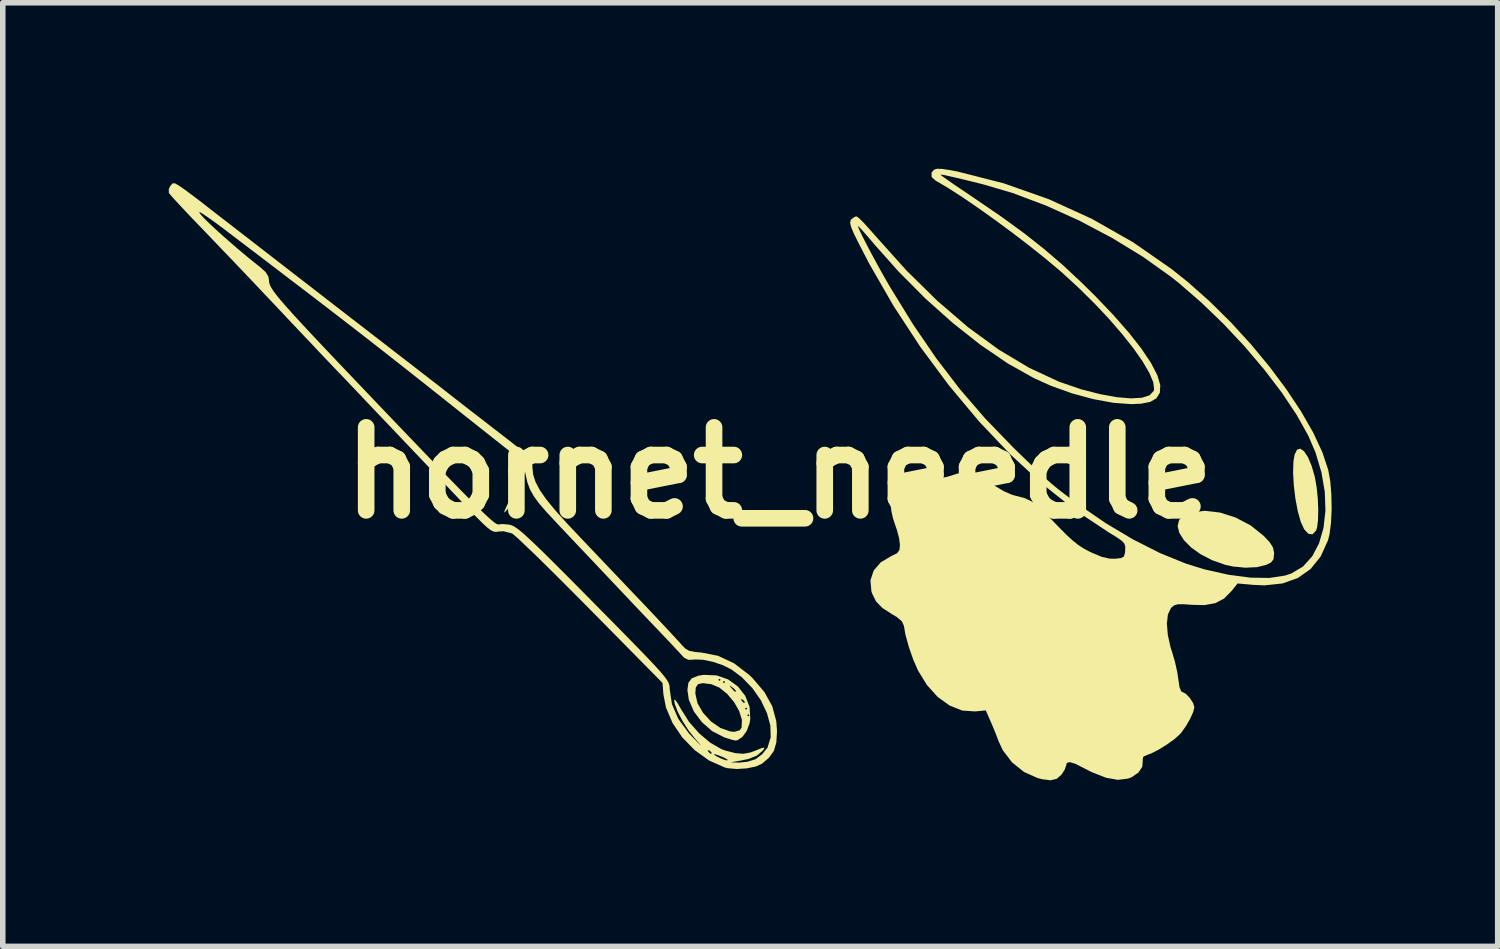
<source format=kicad_pcb>
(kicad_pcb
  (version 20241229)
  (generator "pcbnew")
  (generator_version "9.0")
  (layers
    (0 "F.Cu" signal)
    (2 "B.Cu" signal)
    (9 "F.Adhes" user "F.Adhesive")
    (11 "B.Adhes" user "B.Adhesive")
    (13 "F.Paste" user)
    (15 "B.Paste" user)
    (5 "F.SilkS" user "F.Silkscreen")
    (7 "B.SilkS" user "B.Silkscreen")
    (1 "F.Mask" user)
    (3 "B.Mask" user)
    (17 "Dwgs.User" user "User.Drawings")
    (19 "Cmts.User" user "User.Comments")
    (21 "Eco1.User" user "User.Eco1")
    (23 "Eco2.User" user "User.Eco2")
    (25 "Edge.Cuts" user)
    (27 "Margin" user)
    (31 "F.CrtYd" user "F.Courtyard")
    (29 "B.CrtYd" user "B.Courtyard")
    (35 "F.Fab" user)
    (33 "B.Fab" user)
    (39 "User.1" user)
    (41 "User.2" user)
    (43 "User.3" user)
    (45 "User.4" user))
  (footprint "hornet_needle"
    (layer "F.Cu")
    (at 11.03 5.493)
    (property "Reference" "hornet_needle" (at 0 0 0) (layer "F.SilkS") (effects (font (size 1.5 1.5) (thickness 0.3))))
    (attr board_only exclude_from_pos_files exclude_from_bom)
    (fp_poly (pts (xy -4.62 -0.02) (xy -4.64 0) (xy -4.66 -0.02) (xy -4.64 -0.04)) (stroke (width 0) (type solid)) (fill yes) (layer "F.SilkS"))
    (fp_poly (pts (xy -4.664 0.151) (xy -4.693 0.247) (xy -4.742 0.369) (xy -4.803 0.494) (xy -4.866 0.601) (xy -4.897 0.642) (xy -4.947 0.7) (xy -4.97 0.717) (xy -4.963 0.685) (xy -4.924 0.597) (xy -4.851 0.445) (xy -4.846 0.435) (xy -4.774 0.289) (xy -4.714 0.176) (xy -4.676 0.112) (xy -4.666 0.103)) (stroke (width 0) (type solid)) (fill yes) (layer "F.SilkS"))
    (fp_poly (pts (xy 9.481 -0.39) (xy 9.551 -0.285) (xy 9.617 -0.129) (xy 9.676 0.073) (xy 9.679 0.086) (xy 9.71 0.268) (xy 9.73 0.47) (xy 9.738 0.672) (xy 9.734 0.851) (xy 9.717 0.988) (xy 9.699 1.043) (xy 9.634 1.111) (xy 9.559 1.101) (xy 9.484 1.021) (xy 9.422 0.886) (xy 9.368 0.693) (xy 9.325 0.465) (xy 9.296 0.223) (xy 9.283 -0.008) (xy 9.29 -0.209) (xy 9.311 -0.33) (xy 9.355 -0.419) (xy 9.414 -0.436)) (stroke (width 0) (type solid)) (fill yes) (layer "F.SilkS"))
    (fp_poly (pts (xy 7.965 0.718) (xy 8.248 0.809) (xy 8.517 0.951) (xy 8.754 1.14) (xy 8.756 1.142) (xy 8.863 1.257) (xy 8.919 1.347) (xy 8.939 1.436) (xy 8.94 1.464) (xy 8.929 1.563) (xy 8.883 1.621) (xy 8.801 1.662) (xy 8.632 1.704) (xy 8.42 1.714) (xy 8.195 1.692) (xy 8.06 1.663) (xy 7.819 1.578) (xy 7.611 1.47) (xy 7.439 1.347) (xy 7.31 1.215) (xy 7.227 1.084) (xy 7.197 0.96) (xy 7.225 0.85) (xy 7.314 0.764) (xy 7.428 0.718) (xy 7.686 0.686)) (stroke (width 0) (type solid)) (fill yes) (layer "F.SilkS"))
    (fp_poly (pts (xy -1.133 3.66) (xy -0.924 3.733) (xy -0.748 3.86) (xy -0.615 4.029) (xy -0.537 4.228) (xy -0.524 4.446) (xy -0.537 4.525) (xy -0.588 4.663) (xy -0.667 4.772) (xy -0.755 4.831) (xy -0.794 4.837) (xy -0.858 4.822) (xy -0.963 4.79) (xy -1.001 4.776) (xy -1.213 4.667) (xy -1.397 4.506) (xy -1.543 4.312) (xy -1.634 4.101) (xy -1.651 3.985) (xy -1.517 3.985) (xy -1.478 4.162) (xy -1.377 4.337) (xy -1.234 4.492) (xy -1.064 4.61) (xy -0.885 4.673) (xy -0.813 4.68) (xy -0.714 4.652) (xy -0.681 4.602) (xy -0.675 4.464) (xy -0.701 4.38) (xy -0.58 4.38) (xy -0.56 4.4) (xy -0.54 4.38) (xy -0.56 4.36) (xy -0.58 4.38) (xy -0.701 4.38) (xy -0.725 4.304) (xy -0.75 4.26) (xy -0.62 4.26) (xy -0.6 4.28) (xy -0.58 4.26) (xy -0.6 4.24) (xy -0.62 4.26) (xy -0.75 4.26) (xy -0.818 4.141) (xy -0.86 4.091) (xy -0.694 4.091) (xy -0.684 4.114) (xy -0.644 4.157) (xy -0.62 4.148) (xy -0.62 4.142) (xy -0.648 4.109) (xy -0.666 4.096) (xy -0.694 4.091) (xy -0.86 4.091) (xy -0.942 3.994) (xy -1.083 3.88) (xy -1.179 3.84) (xy -0.897 3.84) (xy -0.887 3.861) (xy -0.865 3.89) (xy -0.807 3.952) (xy -0.781 3.952) (xy -0.78 3.945) (xy -0.807 3.912) (xy -0.85 3.875) (xy -0.897 3.84) (xy -1.179 3.84) (xy -1.229 3.819) (xy -1.232 3.819) (xy -1.381 3.8) (xy -1.468 3.818) (xy -1.509 3.88) (xy -1.517 3.985) (xy -1.651 3.985) (xy -1.66 3.926) (xy -1.643 3.795) (xy -1.632 3.78) (xy -1.02 3.78) (xy -1 3.8) (xy -0.98 3.78) (xy -1 3.76) (xy -1.02 3.78) (xy -1.632 3.78) (xy -1.602 3.74) (xy -1.1 3.74) (xy -1.08 3.76) (xy -1.06 3.74) (xy -1.08 3.72) (xy -1.1 3.74) (xy -1.602 3.74) (xy -1.582 3.713) (xy -1.465 3.666) (xy -1.365 3.65)) (stroke (width 0) (type solid)) (fill yes) (layer "F.SilkS"))
    (fp_poly (pts (xy 2.936 -5.492) (xy 3.083 -5.47) (xy 3.224 -5.443) (xy 4.058 -5.23) (xy 4.869 -4.944) (xy 5.65 -4.588) (xy 6.393 -4.165) (xy 7.091 -3.68) (xy 7.387 -3.443) (xy 7.78 -3.094) (xy 8.161 -2.717) (xy 8.524 -2.32) (xy 8.861 -1.913) (xy 9.165 -1.505) (xy 9.43 -1.106) (xy 9.649 -0.723) (xy 9.814 -0.367) (xy 9.918 -0.054) (xy 9.955 0.15) (xy 9.975 0.394) (xy 9.98 0.651) (xy 9.969 0.898) (xy 9.942 1.108) (xy 9.913 1.223) (xy 9.781 1.512) (xy 9.599 1.738) (xy 9.37 1.9) (xy 9.092 1.999) (xy 8.767 2.033) (xy 8.561 2.024) (xy 8.28 1.999) (xy 8.173 2.133) (xy 8.036 2.272) (xy 7.878 2.355) (xy 7.683 2.39) (xy 7.46 2.385) (xy 7.301 2.374) (xy 7.201 2.375) (xy 7.138 2.392) (xy 7.091 2.429) (xy 7.077 2.444) (xy 7.022 2.557) (xy 7.003 2.724) (xy 7.02 2.929) (xy 7.07 3.155) (xy 7.098 3.24) (xy 7.15 3.418) (xy 7.192 3.608) (xy 7.21 3.73) (xy 7.232 3.878) (xy 7.265 3.952) (xy 7.283 3.96) (xy 7.345 3.992) (xy 7.418 4.068) (xy 7.477 4.16) (xy 7.5 4.236) (xy 7.478 4.323) (xy 7.422 4.447) (xy 7.345 4.58) (xy 7.263 4.695) (xy 7.246 4.715) (xy 7.144 4.808) (xy 7.003 4.909) (xy 6.852 5.003) (xy 6.716 5.072) (xy 6.654 5.094) (xy 6.577 5.128) (xy 6.565 5.186) (xy 6.568 5.2) (xy 6.559 5.311) (xy 6.487 5.417) (xy 6.366 5.5) (xy 6.303 5.524) (xy 6.119 5.547) (xy 5.906 5.51) (xy 5.657 5.413) (xy 5.507 5.337) (xy 5.351 5.258) (xy 5.249 5.227) (xy 5.195 5.241) (xy 5.18 5.297) (xy 5.157 5.363) (xy 5.101 5.45) (xy 5.097 5.455) (xy 5.012 5.529) (xy 4.901 5.555) (xy 4.746 5.535) (xy 4.666 5.514) (xy 4.42 5.404) (xy 4.205 5.231) (xy 4.038 5.012) (xy 3.963 4.851) (xy 3.915 4.723) (xy 3.852 4.57) (xy 3.82 4.496) (xy 3.731 4.293) (xy 3.536 4.311) (xy 3.305 4.295) (xy 3.078 4.205) (xy 2.861 4.049) (xy 2.667 3.833) (xy 2.506 3.571) (xy 2.42 3.374) (xy 2.341 3.147) (xy 2.28 2.926) (xy 2.251 2.763) (xy 2.216 2.684) (xy 2.123 2.605) (xy 2.041 2.557) (xy 1.864 2.443) (xy 1.748 2.323) (xy 1.677 2.179) (xy 1.664 2.137) (xy 1.647 1.942) (xy 1.705 1.766) (xy 1.833 1.617) (xy 2.028 1.502) (xy 2.031 1.501) (xy 2.128 1.452) (xy 2.171 1.394) (xy 2.18 1.301) (xy 2.165 1.182) (xy 2.126 1.035) (xy 2.1 0.96) (xy 2.054 0.82) (xy 2.025 0.69) (xy 2.02 0.637) (xy 2.056 0.452) (xy 2.159 0.301) (xy 2.319 0.192) (xy 2.53 0.131) (xy 2.683 0.12) (xy 2.854 0.107) (xy 3.03 0.073) (xy 3.102 0.052) (xy 3.217 0.014) (xy 3.305 0.004) (xy 3.4 0.019) (xy 3.514 0.053) (xy 3.681 0.119) (xy 3.855 0.209) (xy 3.927 0.255) (xy 4.065 0.336) (xy 4.207 0.397) (xy 4.279 0.417) (xy 4.426 0.454) (xy 4.552 0.512) (xy 4.677 0.604) (xy 4.823 0.744) (xy 4.86 0.783) (xy 5.046 0.976) (xy 5.19 1.121) (xy 5.306 1.227) (xy 5.406 1.306) (xy 5.501 1.368) (xy 5.605 1.423) (xy 5.643 1.441) (xy 5.825 1.518) (xy 5.972 1.551) (xy 6.07 1.552) (xy 6.177 1.54) (xy 6.228 1.51) (xy 6.246 1.443) (xy 6.25 1.4) (xy 6.251 1.331) (xy 6.235 1.279) (xy 6.188 1.228) (xy 6.097 1.164) (xy 5.95 1.075) (xy 5.95 1.074) (xy 5.351 0.677) (xy 4.758 0.205) (xy 4.175 -0.332) (xy 3.608 -0.93) (xy 3.064 -1.581) (xy 2.547 -2.278) (xy 2.064 -3.016) (xy 1.621 -3.786) (xy 1.423 -4.169) (xy 1.342 -4.335) (xy 1.296 -4.446) (xy 1.293 -4.46) (xy 1.42 -4.46) (xy 1.439 -4.407) (xy 1.49 -4.298) (xy 1.567 -4.146) (xy 1.663 -3.964) (xy 1.77 -3.766) (xy 1.881 -3.566) (xy 1.991 -3.375) (xy 2.007 -3.348) (xy 2.421 -2.676) (xy 2.837 -2.068) (xy 3.266 -1.508) (xy 3.721 -0.981) (xy 4.214 -0.471) (xy 4.286 -0.4) (xy 4.497 -0.196) (xy 4.663 -0.037) (xy 4.798 0.089) (xy 4.914 0.192) (xy 5.025 0.284) (xy 5.143 0.376) (xy 5.281 0.48) (xy 5.404 0.571) (xy 5.897 0.909) (xy 6.393 1.204) (xy 6.879 1.45) (xy 7.343 1.639) (xy 7.673 1.742) (xy 8.119 1.842) (xy 8.514 1.894) (xy 8.856 1.899) (xy 9.139 1.856) (xy 9.251 1.819) (xy 9.461 1.694) (xy 9.629 1.509) (xy 9.753 1.272) (xy 9.833 0.994) (xy 9.868 0.682) (xy 9.856 0.345) (xy 9.796 -0.008) (xy 9.688 -0.369) (xy 9.558 -0.671) (xy 9.348 -1.047) (xy 9.079 -1.45) (xy 8.761 -1.867) (xy 8.405 -2.287) (xy 8.021 -2.696) (xy 7.62 -3.082) (xy 7.213 -3.434) (xy 7.08 -3.54) (xy 6.571 -3.903) (xy 6.011 -4.245) (xy 5.419 -4.558) (xy 4.814 -4.831) (xy 4.215 -5.056) (xy 3.68 -5.213) (xy 3.406 -5.281) (xy 3.202 -5.33) (xy 3.058 -5.363) (xy 2.968 -5.382) (xy 2.922 -5.388) (xy 2.913 -5.386) (xy 2.941 -5.362) (xy 3.027 -5.301) (xy 3.16 -5.208) (xy 3.33 -5.093) (xy 3.527 -4.96) (xy 3.571 -4.93) (xy 4.023 -4.621) (xy 4.421 -4.331) (xy 4.781 -4.047) (xy 5.122 -3.755) (xy 5.461 -3.438) (xy 5.7 -3.203) (xy 6.033 -2.855) (xy 6.315 -2.534) (xy 6.543 -2.243) (xy 6.716 -1.985) (xy 6.83 -1.765) (xy 6.884 -1.584) (xy 6.876 -1.448) (xy 6.814 -1.347) (xy 6.704 -1.282) (xy 6.536 -1.249) (xy 6.36 -1.241) (xy 6.036 -1.265) (xy 5.672 -1.332) (xy 5.289 -1.436) (xy 4.909 -1.572) (xy 4.601 -1.711) (xy 4.126 -1.978) (xy 3.634 -2.313) (xy 3.135 -2.707) (xy 2.638 -3.151) (xy 2.155 -3.637) (xy 1.715 -4.131) (xy 1.599 -4.268) (xy 1.505 -4.375) (xy 1.442 -4.443) (xy 1.42 -4.46) (xy 1.293 -4.46) (xy 1.28 -4.517) (xy 1.289 -4.563) (xy 1.3 -4.58) (xy 1.364 -4.627) (xy 1.401 -4.632) (xy 1.445 -4.598) (xy 1.527 -4.516) (xy 1.635 -4.397) (xy 1.738 -4.28) (xy 2.296 -3.658) (xy 2.855 -3.108) (xy 3.412 -2.63) (xy 3.965 -2.226) (xy 4.512 -1.899) (xy 5.052 -1.647) (xy 5.461 -1.507) (xy 5.804 -1.42) (xy 6.103 -1.366) (xy 6.355 -1.345) (xy 6.553 -1.357) (xy 6.691 -1.401) (xy 6.764 -1.479) (xy 6.773 -1.511) (xy 6.757 -1.637) (xy 6.686 -1.806) (xy 6.565 -2.012) (xy 6.401 -2.247) (xy 6.197 -2.504) (xy 5.962 -2.776) (xy 5.7 -3.055) (xy 5.417 -3.335) (xy 5.12 -3.608) (xy 5.038 -3.679) (xy 4.785 -3.89) (xy 4.501 -4.116) (xy 4.199 -4.347) (xy 3.891 -4.574) (xy 3.59 -4.788) (xy 3.31 -4.98) (xy 3.063 -5.139) (xy 2.861 -5.259) (xy 2.83 -5.275) (xy 2.753 -5.344) (xy 2.751 -5.423) (xy 2.794 -5.475) (xy 2.844 -5.493)) (stroke (width 0) (type solid)) (fill yes) (layer "F.SilkS"))
    (fp_poly (pts (xy -10.846 -5.189) (xy -10.835 -5.181) (xy -10.752 -5.124) (xy -10.628 -5.032) (xy -10.484 -4.923) (xy -10.42 -4.874) (xy -10.306 -4.785) (xy -10.137 -4.654) (xy -9.92 -4.486) (xy -9.664 -4.288) (xy -9.376 -4.065) (xy -9.065 -3.824) (xy -8.738 -3.571) (xy -8.404 -3.313) (xy -8.07 -3.054) (xy -7.744 -2.802) (xy -7.434 -2.563) (xy -7.148 -2.342) (xy -6.947 -2.186) (xy -6.721 -2.012) (xy -6.503 -1.843) (xy -6.304 -1.689) (xy -6.137 -1.56) (xy -6.016 -1.465) (xy -5.984 -1.44) (xy -5.879 -1.358) (xy -5.726 -1.239) (xy -5.538 -1.093) (xy -5.329 -0.932) (xy -5.116 -0.766) (xy -5.107 -0.76) (xy -4.89 -0.592) (xy -4.727 -0.464) (xy -4.612 -0.368) (xy -4.536 -0.297) (xy -4.491 -0.241) (xy -4.469 -0.193) (xy -4.461 -0.145) (xy -4.46 -0.098) (xy -4.447 0.031) (xy -4.404 0.165) (xy -4.326 0.313) (xy -4.207 0.484) (xy -4.041 0.685) (xy -3.823 0.927) (xy -3.711 1.045) (xy -3.51 1.258) (xy -3.272 1.508) (xy -3.017 1.776) (xy -2.765 2.041) (xy -2.534 2.284) (xy -2.518 2.3) (xy -2.328 2.5) (xy -2.151 2.689) (xy -1.996 2.854) (xy -1.872 2.988) (xy -1.789 3.078) (xy -1.766 3.105) (xy -1.698 3.176) (xy -1.625 3.217) (xy -1.52 3.237) (xy -1.408 3.247) (xy -1.106 3.306) (xy -0.816 3.442) (xy -0.54 3.654) (xy -0.483 3.709) (xy -0.268 3.962) (xy -0.127 4.217) (xy -0.054 4.487) (xy -0.041 4.667) (xy -0.053 4.871) (xy -0.097 5.023) (xy -0.186 5.147) (xy -0.312 5.255) (xy -0.427 5.307) (xy -0.589 5.34) (xy -0.768 5.351) (xy -0.932 5.337) (xy -0.988 5.323) (xy -1.271 5.196) (xy -1.43 5.081) (xy -1.175 5.081) (xy -1.174 5.096) (xy -1.125 5.127) (xy -1.051 5.162) (xy -0.979 5.189) (xy -0.94 5.197) (xy -0.932 5.184) (xy -0.987 5.151) (xy -1.015 5.138) (xy -1.11 5.1) (xy -1.17 5.082) (xy -1.175 5.081) (xy -1.43 5.081) (xy -1.527 5.011) (xy -1.294 5.011) (xy -1.284 5.034) (xy -1.244 5.077) (xy -1.22 5.068) (xy -1.22 5.062) (xy -1.248 5.029) (xy -1.266 5.016) (xy -1.294 5.011) (xy -1.527 5.011) (xy -1.529 5.01) (xy -1.753 4.78) (xy -1.929 4.519) (xy -2.047 4.241) (xy -2.093 4.008) (xy -2.11 3.796) (xy -3.413 2.475) (xy -3.682 2.204) (xy -3.936 1.949) (xy -4.171 1.716) (xy -4.38 1.511) (xy -4.557 1.341) (xy -4.695 1.21) (xy -4.789 1.126) (xy -4.829 1.095) (xy -4.984 1.055) (xy -5.073 1.061) (xy -5.117 1.067) (xy -5.159 1.062) (xy -5.208 1.039) (xy -5.271 0.993) (xy -5.356 0.915) (xy -5.472 0.8) (xy -5.627 0.64) (xy -5.827 0.429) (xy -5.842 0.413) (xy -6.055 0.189) (xy -6.279 -0.047) (xy -6.497 -0.276) (xy -6.695 -0.484) (xy -6.856 -0.653) (xy -6.881 -0.68) (xy -7.061 -0.869) (xy -7.257 -1.074) (xy -7.444 -1.271) (xy -7.599 -1.435) (xy -7.601 -1.437) (xy -7.737 -1.58) (xy -7.859 -1.709) (xy -7.954 -1.808) (xy -8.002 -1.857) (xy -8.05 -1.908) (xy -8.146 -2.008) (xy -8.28 -2.149) (xy -8.444 -2.323) (xy -8.631 -2.52) (xy -8.82 -2.72) (xy -9.126 -3.045) (xy -9.393 -3.327) (xy -9.636 -3.583) (xy -9.869 -3.828) (xy -10.109 -4.078) (xy -10.369 -4.35) (xy -10.603 -4.593) (xy -10.716 -4.712) (xy -10.481 -4.712) (xy -10.463 -4.677) (xy -10.393 -4.6) (xy -10.281 -4.49) (xy -10.136 -4.356) (xy -9.969 -4.207) (xy -9.789 -4.051) (xy -9.606 -3.898) (xy -9.43 -3.756) (xy -9.39 -3.725) (xy -9.281 -3.628) (xy -9.23 -3.544) (xy -9.22 -3.478) (xy -9.217 -3.443) (xy -9.207 -3.404) (xy -9.186 -3.358) (xy -9.15 -3.3) (xy -9.096 -3.226) (xy -9.02 -3.132) (xy -8.918 -3.014) (xy -8.788 -2.868) (xy -8.624 -2.69) (xy -8.425 -2.476) (xy -8.185 -2.222) (xy -7.902 -1.923) (xy -7.572 -1.577) (xy -7.191 -1.177) (xy -7.06 -1.04) (xy -6.675 -0.638) (xy -6.341 -0.29) (xy -6.056 0.006) (xy -5.814 0.254) (xy -5.614 0.457) (xy -5.451 0.62) (xy -5.322 0.744) (xy -5.224 0.834) (xy -5.153 0.894) (xy -5.105 0.925) (xy -5.078 0.933) (xy -5.075 0.933) (xy -5.001 0.925) (xy -4.89 0.935) (xy -4.87 0.938) (xy -4.83 0.95) (xy -4.781 0.975) (xy -4.719 1.018) (xy -4.639 1.083) (xy -4.536 1.176) (xy -4.404 1.3) (xy -4.238 1.461) (xy -4.034 1.664) (xy -3.786 1.912) (xy -3.49 2.211) (xy -3.35 2.353) (xy -3.038 2.669) (xy -2.777 2.934) (xy -2.563 3.153) (xy -2.391 3.331) (xy -2.257 3.473) (xy -2.156 3.584) (xy -2.083 3.67) (xy -2.034 3.736) (xy -2.003 3.788) (xy -1.988 3.83) (xy -1.981 3.868) (xy -1.98 3.908) (xy -1.98 3.908) (xy -1.94 4.178) (xy -1.824 4.446) (xy -1.633 4.706) (xy -1.57 4.773) (xy -1.467 4.878) (xy -1.418 4.926) (xy -1.421 4.919) (xy -1.475 4.856) (xy -1.517 4.809) (xy -1.638 4.656) (xy -1.748 4.485) (xy -1.835 4.317) (xy -1.889 4.174) (xy -1.9 4.104) (xy -1.884 4.099) (xy -1.842 4.154) (xy -1.782 4.258) (xy -1.771 4.278) (xy -1.628 4.503) (xy -1.447 4.708) (xy -1.246 4.877) (xy -1.044 4.993) (xy -0.972 5.019) (xy -0.79 5.065) (xy -0.65 5.076) (xy -0.523 5.053) (xy -0.434 5.02) (xy -0.322 4.975) (xy -0.272 4.964) (xy -0.275 4.987) (xy -0.302 5.022) (xy -0.404 5.109) (xy -0.553 5.169) (xy -0.695 5.199) (xy -0.88 5.231) (xy -0.72 5.235) (xy -0.575 5.22) (xy -0.435 5.176) (xy -0.423 5.17) (xy -0.311 5.086) (xy -0.218 4.973) (xy -0.211 4.96) (xy -0.155 4.778) (xy -0.161 4.567) (xy -0.223 4.34) (xy -0.333 4.109) (xy -0.487 3.889) (xy -0.678 3.692) (xy -0.86 3.556) (xy -1.015 3.477) (xy -1.198 3.415) (xy -1.376 3.378) (xy -1.52 3.372) (xy -1.531 3.374) (xy -1.643 3.379) (xy -1.719 3.341) (xy -1.748 3.311) (xy -1.805 3.248) (xy -1.903 3.143) (xy -2.028 3.01) (xy -2.151 2.881) (xy -2.247 2.781) (xy -2.353 2.669) (xy -2.477 2.539) (xy -2.622 2.387) (xy -2.793 2.205) (xy -2.997 1.99) (xy -3.238 1.735) (xy -3.521 1.436) (xy -3.852 1.086) (xy -4.019 0.909) (xy -4.204 0.71) (xy -4.341 0.552) (xy -4.438 0.419) (xy -4.505 0.298) (xy -4.551 0.174) (xy -4.584 0.031) (xy -4.598 -0.048) (xy -4.622 -0.132) (xy -4.671 -0.21) (xy -4.76 -0.299) (xy -4.891 -0.406) (xy -5 -0.492) (xy -5.159 -0.618) (xy -5.355 -0.773) (xy -5.575 -0.947) (xy -5.807 -1.131) (xy -5.94 -1.237) (xy -6.252 -1.485) (xy -6.534 -1.708) (xy -6.792 -1.912) (xy -7.035 -2.103) (xy -7.27 -2.287) (xy -7.505 -2.47) (xy -7.746 -2.657) (xy -8.003 -2.855) (xy -8.281 -3.069) (xy -8.589 -3.305) (xy -8.935 -3.568) (xy -9.325 -3.866) (xy -9.768 -4.203) (xy -10.011 -4.388) (xy -10.174 -4.51) (xy -10.313 -4.609) (xy -10.417 -4.68) (xy -10.474 -4.712) (xy -10.481 -4.712) (xy -10.716 -4.712) (xy -10.747 -4.745) (xy -10.873 -4.88) (xy -10.968 -4.984) (xy -11.022 -5.047) (xy -11.029 -5.058) (xy -11.03 -5.127) (xy -11.004 -5.182) (xy -10.963 -5.229) (xy -10.92 -5.231)) (stroke (width 0) (type solid)) (fill yes) (layer "F.SilkS")))
  (gr_rect
    (start -3 -3)
    (end 24.01 14.049)
    (stroke (width 0.1) (type default))
    (fill no)
    (layer "Edge.Cuts")))
</source>
